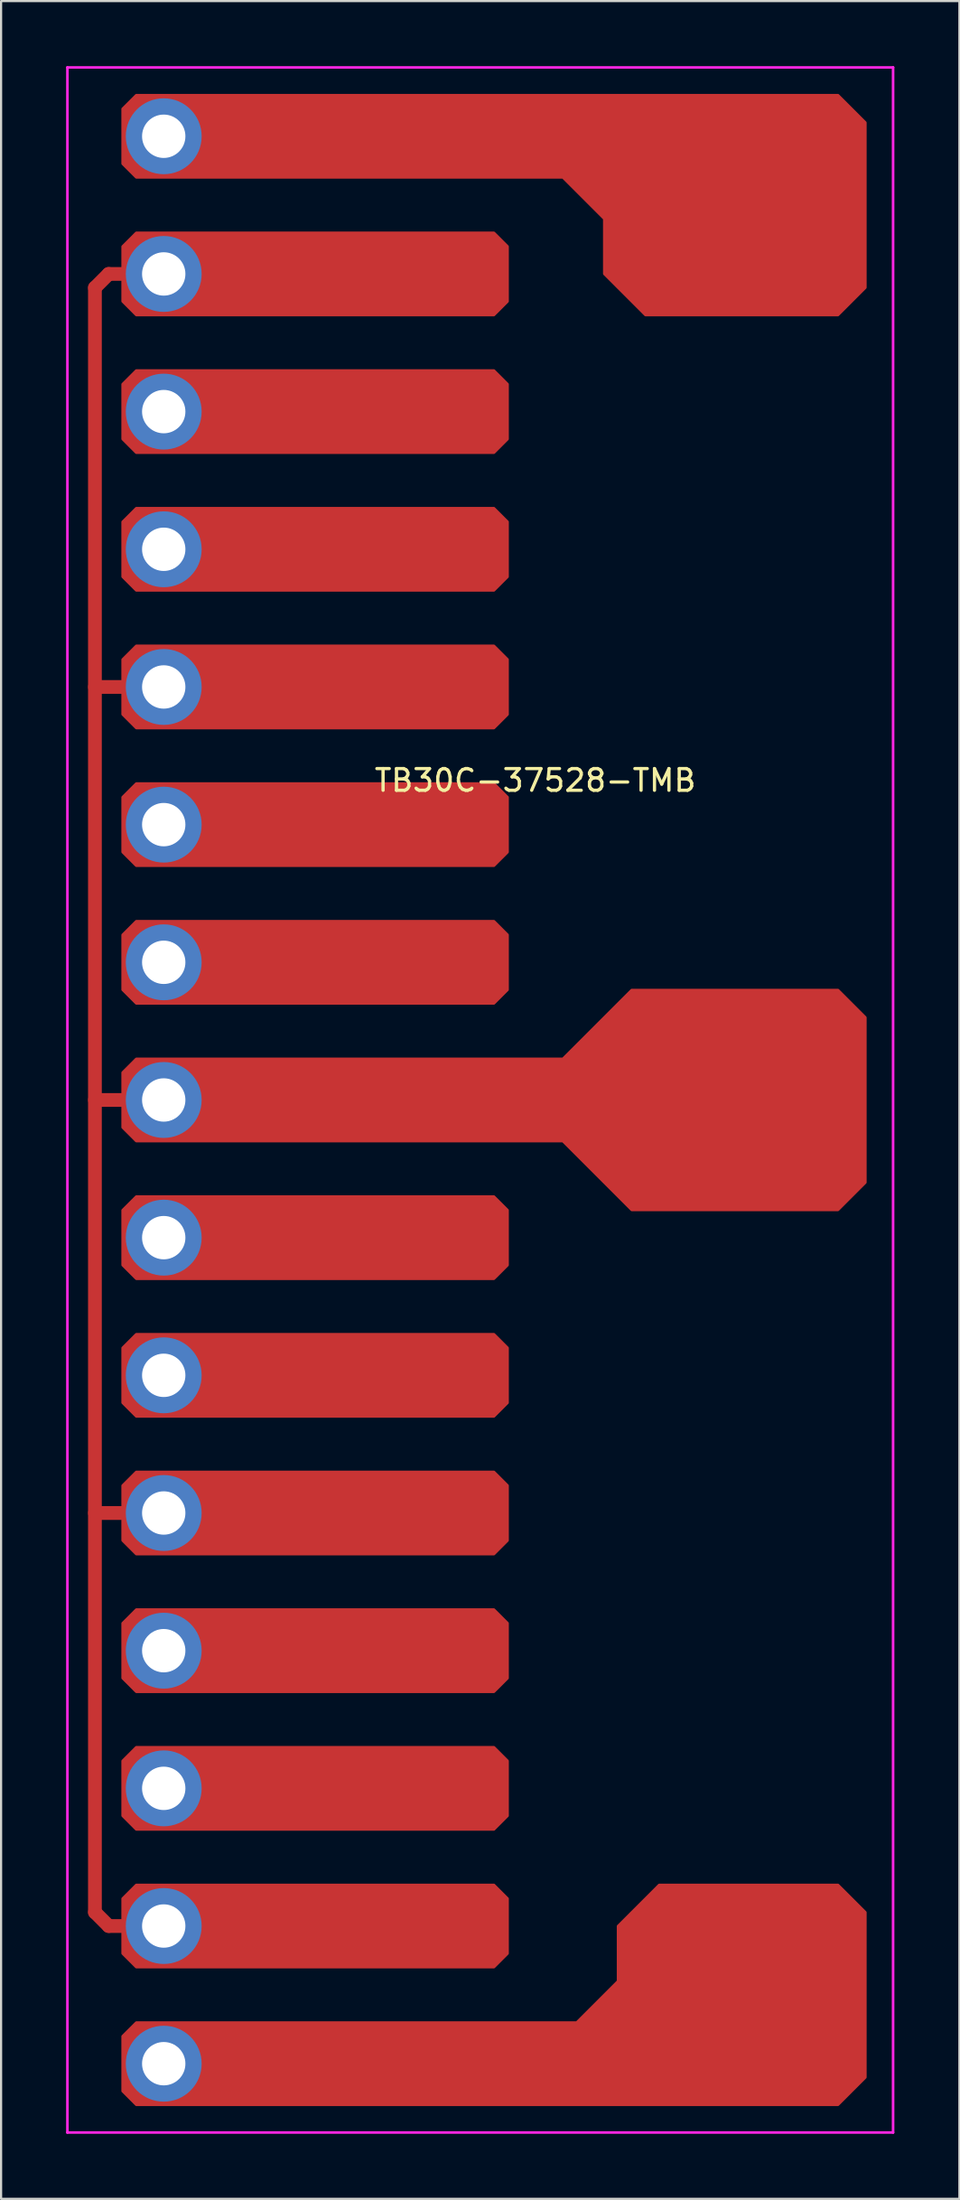
<source format=kicad_pcb>
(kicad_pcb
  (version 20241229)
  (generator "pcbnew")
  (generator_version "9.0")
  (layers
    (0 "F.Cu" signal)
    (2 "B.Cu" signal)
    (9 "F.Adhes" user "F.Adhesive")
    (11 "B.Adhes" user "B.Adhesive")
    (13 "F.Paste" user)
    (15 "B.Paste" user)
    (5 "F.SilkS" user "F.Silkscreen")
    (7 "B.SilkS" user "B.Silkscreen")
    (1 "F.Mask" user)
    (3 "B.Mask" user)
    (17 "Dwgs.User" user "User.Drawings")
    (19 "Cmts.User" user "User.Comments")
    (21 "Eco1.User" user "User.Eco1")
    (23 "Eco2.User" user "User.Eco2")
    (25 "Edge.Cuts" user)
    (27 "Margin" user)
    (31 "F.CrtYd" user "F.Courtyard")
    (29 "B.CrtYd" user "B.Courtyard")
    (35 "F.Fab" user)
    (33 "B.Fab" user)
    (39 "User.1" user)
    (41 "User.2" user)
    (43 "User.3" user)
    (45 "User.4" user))
  (footprint "TB30C-37528-TMB"
    (layer "F.Cu")
    (at 15.3 48.32)
    (property "Reference" "TB30C-37528-TMB" (at 6.35 -15.375 0) (layer "F.SilkS") (effects (font (size 1 1) (thickness 0.15))))
    (attr through_hole)
    (fp_line (start -13.97 -38.1) (end -13.97 36.83) (stroke (width 0.635) (type solid)) (layer "F.Cu"))
    (fp_line (start -13.97 -38.1) (end -13.335 -38.735) (stroke (width 0.635) (type solid)) (layer "F.Cu"))
    (fp_line (start -13.97 -19.685) (end -12.065 -19.685) (stroke (width 0.635) (type solid)) (layer "F.Cu"))
    (fp_line (start -13.97 -0.635) (end -12.065 -0.635) (stroke (width 0.635) (type solid)) (layer "F.Cu"))
    (fp_line (start -13.97 18.415) (end -12.065 18.415) (stroke (width 0.635) (type solid)) (layer "F.Cu"))
    (fp_line (start -13.97 36.83) (end -13.335 37.465) (stroke (width 0.635) (type solid)) (layer "F.Cu"))
    (fp_line (start -13.335 -38.735) (end -12.065 -38.735) (stroke (width 0.635) (type solid)) (layer "F.Cu"))
    (fp_line (start -13.335 37.465) (end -12.065 37.465) (stroke (width 0.635) (type solid)) (layer "F.Cu"))
    (fp_poly (pts (xy 5.08 -40.005) (xy 5.08 -37.465) (xy 4.445 -36.83) (xy -12.065 -36.83) (xy -12.7 -37.465) (xy -12.7 -40.005) (xy -12.065 -40.64) (xy 4.445 -40.64)) (stroke (width 0.1) (type solid)) (fill yes) (layer "F.Cu"))
    (fp_poly (pts (xy 5.08 -33.655) (xy 5.08 -31.115) (xy 4.445 -30.48) (xy -12.065 -30.48) (xy -12.7 -31.115) (xy -12.7 -33.655) (xy -12.065 -34.29) (xy 4.445 -34.29)) (stroke (width 0.1) (type solid)) (fill yes) (layer "F.Cu"))
    (fp_poly (pts (xy 5.08 -27.305) (xy 5.08 -24.765) (xy 4.445 -24.13) (xy -12.065 -24.13) (xy -12.7 -24.765) (xy -12.7 -27.305) (xy -12.065 -27.94) (xy 4.445 -27.94)) (stroke (width 0.1) (type solid)) (fill yes) (layer "F.Cu"))
    (fp_poly (pts (xy 5.08 -20.955) (xy 5.08 -18.415) (xy 4.445 -17.78) (xy -12.065 -17.78) (xy -12.7 -18.415) (xy -12.7 -20.955) (xy -12.065 -21.59) (xy 4.445 -21.59)) (stroke (width 0.1) (type solid)) (fill yes) (layer "F.Cu"))
    (fp_poly (pts (xy 5.08 -14.605) (xy 5.08 -12.065) (xy 4.445 -11.43) (xy -12.065 -11.43) (xy -12.7 -12.065) (xy -12.7 -14.605) (xy -12.065 -15.24) (xy 4.445 -15.24)) (stroke (width 0.1) (type solid)) (fill yes) (layer "F.Cu"))
    (fp_poly (pts (xy 5.08 -8.255) (xy 5.08 -5.715) (xy 4.445 -5.08) (xy -12.065 -5.08) (xy -12.7 -5.715) (xy -12.7 -8.255) (xy -12.065 -8.89) (xy 4.445 -8.89)) (stroke (width 0.1) (type solid)) (fill yes) (layer "F.Cu"))
    (fp_poly (pts (xy 5.08 4.445) (xy 5.08 6.985) (xy 4.445 7.62) (xy -12.065 7.62) (xy -12.7 6.985) (xy -12.7 4.445) (xy -12.065 3.81) (xy 4.445 3.81)) (stroke (width 0.1) (type solid)) (fill yes) (layer "F.Cu"))
    (fp_poly (pts (xy 5.08 10.795) (xy 5.08 13.335) (xy 4.445 13.97) (xy -12.065 13.97) (xy -12.7 13.335) (xy -12.7 10.795) (xy -12.065 10.16) (xy 4.445 10.16)) (stroke (width 0.1) (type solid)) (fill yes) (layer "F.Cu"))
    (fp_poly (pts (xy 5.08 17.145) (xy 5.08 19.685) (xy 4.445 20.32) (xy -12.065 20.32) (xy -12.7 19.685) (xy -12.7 17.145) (xy -12.065 16.51) (xy 4.445 16.51)) (stroke (width 0.1) (type solid)) (fill yes) (layer "F.Cu"))
    (fp_poly (pts (xy 5.08 23.495) (xy 5.08 26.035) (xy 4.445 26.67) (xy -12.065 26.67) (xy -12.7 26.035) (xy -12.7 23.495) (xy -12.065 22.86) (xy 4.445 22.86)) (stroke (width 0.1) (type solid)) (fill yes) (layer "F.Cu"))
    (fp_poly (pts (xy 5.08 29.845) (xy 5.08 32.385) (xy 4.445 33.02) (xy -12.065 33.02) (xy -12.7 32.385) (xy -12.7 29.845) (xy -12.065 29.21) (xy 4.445 29.21)) (stroke (width 0.1) (type solid)) (fill yes) (layer "F.Cu"))
    (fp_poly (pts (xy 5.08 36.195) (xy 5.08 38.735) (xy 4.445 39.37) (xy -12.065 39.37) (xy -12.7 38.735) (xy -12.7 36.195) (xy -12.065 35.56) (xy 4.445 35.56)) (stroke (width 0.1) (type solid)) (fill yes) (layer "F.Cu"))
    (fp_poly (pts (xy 21.59 -45.72) (xy 21.59 -38.1) (xy 20.32 -36.83) (xy 11.43 -36.83) (xy 9.525 -38.735) (xy 9.525 -41.275) (xy 7.62 -43.18) (xy -12.065 -43.18) (xy -12.7 -43.815) (xy -12.7 -46.355) (xy -12.065 -46.99) (xy 20.32 -46.99)) (stroke (width 0.1) (type solid)) (fill yes) (layer "F.Cu"))
    (fp_poly (pts (xy 21.59 -4.445) (xy 21.59 3.175) (xy 20.32 4.445) (xy 10.795 4.445) (xy 7.62 1.27) (xy -12.065 1.27) (xy -12.7 0.635) (xy -12.7 -1.905) (xy -12.065 -2.54) (xy 7.62 -2.54) (xy 10.795 -5.715) (xy 20.32 -5.715)) (stroke (width 0.1) (type solid)) (fill yes) (layer "F.Cu"))
    (fp_poly (pts (xy 21.59 36.83) (xy 21.59 44.45) (xy 20.32 45.72) (xy -12.065 45.72) (xy -12.7 45.085) (xy -12.7 42.545) (xy -12.065 41.91) (xy 8.255 41.91) (xy 10.16 40.005) (xy 10.16 37.465) (xy 12.065 35.56) (xy 20.32 35.56)) (stroke (width 0.1) (type solid)) (fill yes) (layer "F.Cu"))
    (fp_poly (pts (xy 4.889 -39.941) (xy 4.889 -37.529) (xy 4.381 -37.02) (xy -12.002 -37.02) (xy -12.509 -37.529) (xy -12.509 -39.941) (xy -12.002 -40.45) (xy 4.381 -40.45)) (stroke (width 0.1) (type solid)) (fill yes) (layer "F.Mask"))
    (fp_poly (pts (xy 4.889 -33.592) (xy 4.889 -31.178) (xy 4.381 -30.671) (xy -12.002 -30.671) (xy -12.509 -31.178) (xy -12.509 -33.592) (xy -12.002 -34.099) (xy 4.381 -34.099)) (stroke (width 0.1) (type solid)) (fill yes) (layer "F.Mask"))
    (fp_poly (pts (xy 4.889 -27.241) (xy 4.889 -24.828) (xy 4.381 -24.32) (xy -12.002 -24.32) (xy -12.509 -24.828) (xy -12.509 -27.241) (xy -12.002 -27.75) (xy 4.381 -27.75)) (stroke (width 0.1) (type solid)) (fill yes) (layer "F.Mask"))
    (fp_poly (pts (xy 4.889 -20.892) (xy 4.889 -18.479) (xy 4.381 -17.971) (xy -12.002 -17.971) (xy -12.509 -18.479) (xy -12.509 -20.892) (xy -12.002 -21.399) (xy 4.381 -21.399)) (stroke (width 0.1) (type solid)) (fill yes) (layer "F.Mask"))
    (fp_poly (pts (xy 4.889 -14.541) (xy 4.889 -12.129) (xy 4.381 -11.62) (xy -12.002 -11.62) (xy -12.509 -12.129) (xy -12.509 -14.541) (xy -12.002 -15.05) (xy 4.381 -15.05)) (stroke (width 0.1) (type solid)) (fill yes) (layer "F.Mask"))
    (fp_poly (pts (xy 4.889 -8.191) (xy 4.889 -5.779) (xy 4.381 -5.271) (xy -12.002 -5.271) (xy -12.509 -5.779) (xy -12.509 -8.191) (xy -12.002 -8.7) (xy 4.381 -8.7)) (stroke (width 0.1) (type solid)) (fill yes) (layer "F.Mask"))
    (fp_poly (pts (xy 4.889 4.508) (xy 4.889 6.921) (xy 4.381 7.429) (xy -12.002 7.429) (xy -12.509 6.921) (xy -12.509 4.508) (xy -12.002 4) (xy 4.381 4)) (stroke (width 0.1) (type solid)) (fill yes) (layer "F.Mask"))
    (fp_poly (pts (xy 4.889 10.858) (xy 4.889 13.271) (xy 4.381 13.78) (xy -12.002 13.78) (xy -12.509 13.271) (xy -12.509 10.858) (xy -12.002 10.351) (xy 4.381 10.351)) (stroke (width 0.1) (type solid)) (fill yes) (layer "F.Mask"))
    (fp_poly (pts (xy 4.889 17.209) (xy 4.889 19.622) (xy 4.381 20.13) (xy -12.002 20.13) (xy -12.509 19.622) (xy -12.509 17.209) (xy -12.002 16.701) (xy 4.381 16.701)) (stroke (width 0.1) (type solid)) (fill yes) (layer "F.Mask"))
    (fp_poly (pts (xy 4.889 23.558) (xy 4.889 25.971) (xy 4.381 26.48) (xy -12.002 26.48) (xy -12.509 25.971) (xy -12.509 23.558) (xy -12.002 23.05) (xy 4.381 23.05)) (stroke (width 0.1) (type solid)) (fill yes) (layer "F.Mask"))
    (fp_poly (pts (xy 4.889 29.909) (xy 4.889 32.322) (xy 4.381 32.83) (xy -12.002 32.83) (xy -12.509 32.322) (xy -12.509 29.909) (xy -12.002 29.401) (xy 4.381 29.401)) (stroke (width 0.1) (type solid)) (fill yes) (layer "F.Mask"))
    (fp_poly (pts (xy 4.889 36.258) (xy 4.889 38.672) (xy 4.381 39.179) (xy -12.002 39.179) (xy -12.509 38.672) (xy -12.509 36.258) (xy -12.002 35.751) (xy 4.381 35.751)) (stroke (width 0.1) (type solid)) (fill yes) (layer "F.Mask"))
    (fp_poly (pts (xy 21.399 -45.657) (xy 21.399 -38.163) (xy 20.256 -37.02) (xy 11.493 -37.02) (xy 9.716 -38.798) (xy 9.716 -41.339) (xy 7.684 -43.37) (xy -12.002 -43.37) (xy -12.509 -43.879) (xy -12.509 -46.291) (xy -12.002 -46.8) (xy 20.256 -46.8)) (stroke (width 0.1) (type solid)) (fill yes) (layer "F.Mask"))
    (fp_poly (pts (xy 21.399 -4.381) (xy 21.399 3.111) (xy 20.256 4.255) (xy 10.858 4.255) (xy 7.684 1.079) (xy -12.002 1.079) (xy -12.509 0.572) (xy -12.509 -1.841) (xy -12.002 -2.349) (xy 7.684 -2.349) (xy 10.858 -5.524) (xy 20.256 -5.524)) (stroke (width 0.1) (type solid)) (fill yes) (layer "F.Mask"))
    (fp_poly (pts (xy 21.399 36.894) (xy 21.399 44.386) (xy 20.256 45.529) (xy -12.002 45.529) (xy -12.509 45.022) (xy -12.509 42.608) (xy -12.002 42.1) (xy 8.319 42.1) (xy 10.351 40.069) (xy 10.351 37.529) (xy 12.129 35.751) (xy 20.256 35.751)) (stroke (width 0.1) (type solid)) (fill yes) (layer "F.Mask"))
    (fp_line (start -15.24 -48.26) (end -15.24 46.99) (stroke (width 0.12) (type solid)) (layer "F.CrtYd"))
    (fp_line (start -15.24 46.99) (end 22.86 46.99) (stroke (width 0.12) (type solid)) (layer "F.CrtYd"))
    (fp_line (start 22.86 -48.26) (end -15.24 -48.26) (stroke (width 0.12) (type solid)) (layer "F.CrtYd"))
    (fp_line (start 22.86 46.99) (end 22.86 -48.26) (stroke (width 0.12) (type solid)) (layer "F.CrtYd"))
    (pad "1" thru_hole circle (at -10.795 -32.385) (size 3.5 3.5) (drill 2) (layers "*.Cu" "B.Mask"))
    (pad "1" thru_hole circle (at -10.795 -13.335) (size 3.5 3.5) (drill 2) (layers "*.Cu" "B.Mask"))
    (pad "1" thru_hole circle (at -10.795 5.715) (size 3.5 3.5) (drill 2) (layers "*.Cu" "B.Mask"))
    (pad "1" thru_hole circle (at -10.795 24.765) (size 3.5 3.5) (drill 2) (layers "*.Cu" "B.Mask"))
    (pad "1" thru_hole circle (at -10.795 43.815) (size 3.5 3.5) (drill 2) (layers "*.Cu" "B.Mask"))
    (pad "2" thru_hole circle (at -10.795 -38.735) (size 3.5 3.5) (drill 2) (layers "*.Cu" "B.Mask"))
    (pad "2" thru_hole circle (at -10.795 -19.685) (size 3.5 3.5) (drill 2) (layers "*.Cu" "B.Mask"))
    (pad "2" thru_hole circle (at -10.795 -0.635) (size 3.5 3.5) (drill 2) (layers "*.Cu" "B.Mask"))
    (pad "2" thru_hole circle (at -10.795 18.415) (size 3.5 3.5) (drill 2) (layers "*.Cu" "B.Mask"))
    (pad "2" thru_hole circle (at -10.795 37.465) (size 3.5 3.5) (drill 2) (layers "*.Cu" "B.Mask"))
    (pad "3" thru_hole circle (at -10.795 -45.085) (size 3.5 3.5) (drill 2) (layers "*.Cu" "B.Mask"))
    (pad "3" thru_hole circle (at -10.795 -26.035) (size 3.5 3.5) (drill 2) (layers "*.Cu" "B.Mask"))
    (pad "3" thru_hole circle (at -10.795 -6.985) (size 3.5 3.5) (drill 2) (layers "*.Cu" "B.Mask"))
    (pad "3" thru_hole circle (at -10.795 12.065) (size 3.5 3.5) (drill 2) (layers "*.Cu" "B.Mask"))
    (pad "3" thru_hole circle (at -10.795 31.115) (size 3.5 3.5) (drill 2) (layers "*.Cu" "B.Mask")))
  (gr_rect
    (start -3 -3)
    (end 41.22 98.37)
    (stroke (width 0.1) (type default))
    (fill no)
    (layer "Edge.Cuts")))
</source>
